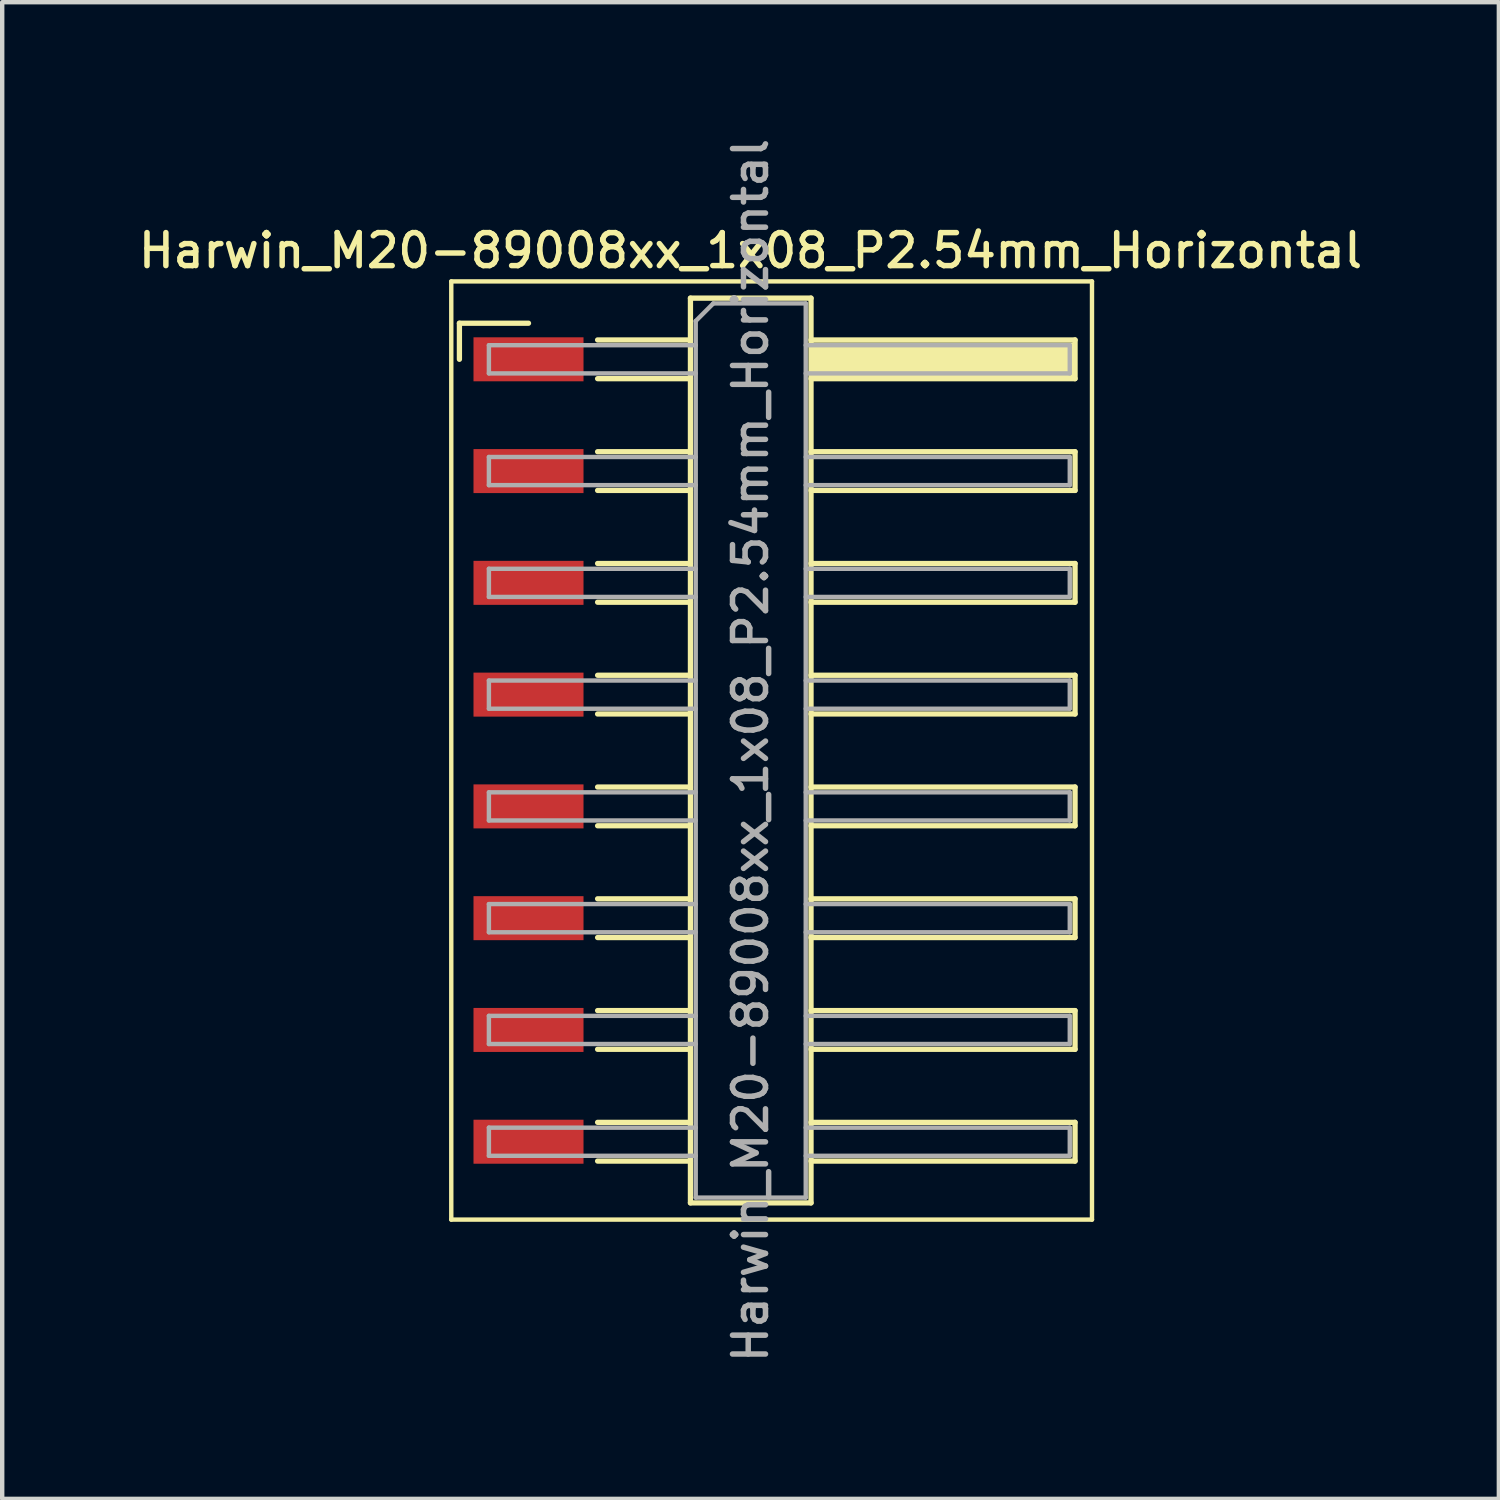
<source format=kicad_pcb>
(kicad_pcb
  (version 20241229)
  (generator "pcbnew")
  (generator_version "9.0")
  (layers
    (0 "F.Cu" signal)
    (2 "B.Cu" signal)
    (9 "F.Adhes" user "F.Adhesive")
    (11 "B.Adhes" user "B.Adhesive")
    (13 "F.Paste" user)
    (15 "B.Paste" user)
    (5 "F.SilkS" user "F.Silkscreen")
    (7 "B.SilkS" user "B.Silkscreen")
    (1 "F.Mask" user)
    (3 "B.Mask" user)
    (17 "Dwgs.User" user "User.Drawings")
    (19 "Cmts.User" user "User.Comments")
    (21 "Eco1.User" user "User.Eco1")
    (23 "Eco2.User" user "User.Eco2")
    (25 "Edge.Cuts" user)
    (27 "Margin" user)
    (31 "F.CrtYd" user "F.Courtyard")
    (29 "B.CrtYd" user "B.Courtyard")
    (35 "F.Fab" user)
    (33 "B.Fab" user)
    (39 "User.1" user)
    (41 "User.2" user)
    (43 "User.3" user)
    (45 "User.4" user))
  (footprint "Harwin_M20-89008xx_1x08_P2.54mm_Horizontal"
    (layer "F.Cu")
    (at 14.485 14.005)
    (property "Reference" "Harwin_M20-89008xx_1x08_P2.54mm_Horizontal" (at -0.48 -11.36 0) (layer "F.SilkS") (effects (font (size 0.75 0.75) (thickness 0.125))))
    (attr smd)
    (fp_line (start -7.28 -10.66) (end 7.28 -10.66) (stroke (width 0.1) (type solid)) (layer "F.SilkS"))
    (fp_line (start -7.28 10.66) (end -7.28 -10.66) (stroke (width 0.1) (type solid)) (layer "F.SilkS"))
    (fp_line (start -7.095 -9.71) (end -5.525 -9.71) (stroke (width 0.12) (type solid)) (layer "F.SilkS"))
    (fp_line (start -7.095 -8.89) (end -7.095 -9.71) (stroke (width 0.12) (type solid)) (layer "F.SilkS"))
    (fp_line (start -3.955 -9.33) (end -1.845 -9.33) (stroke (width 0.12) (type solid)) (layer "F.SilkS"))
    (fp_line (start -3.955 -8.45) (end -1.845 -8.45) (stroke (width 0.12) (type solid)) (layer "F.SilkS"))
    (fp_line (start -3.955 -6.79) (end -1.845 -6.79) (stroke (width 0.12) (type solid)) (layer "F.SilkS"))
    (fp_line (start -3.955 -5.91) (end -1.845 -5.91) (stroke (width 0.12) (type solid)) (layer "F.SilkS"))
    (fp_line (start -3.955 -4.25) (end -1.845 -4.25) (stroke (width 0.12) (type solid)) (layer "F.SilkS"))
    (fp_line (start -3.955 -3.37) (end -1.845 -3.37) (stroke (width 0.12) (type solid)) (layer "F.SilkS"))
    (fp_line (start -3.955 -1.71) (end -1.845 -1.71) (stroke (width 0.12) (type solid)) (layer "F.SilkS"))
    (fp_line (start -3.955 -0.83) (end -1.845 -0.83) (stroke (width 0.12) (type solid)) (layer "F.SilkS"))
    (fp_line (start -3.955 0.83) (end -1.845 0.83) (stroke (width 0.12) (type solid)) (layer "F.SilkS"))
    (fp_line (start -3.955 1.71) (end -1.845 1.71) (stroke (width 0.12) (type solid)) (layer "F.SilkS"))
    (fp_line (start -3.955 3.37) (end -1.845 3.37) (stroke (width 0.12) (type solid)) (layer "F.SilkS"))
    (fp_line (start -3.955 4.25) (end -1.845 4.25) (stroke (width 0.12) (type solid)) (layer "F.SilkS"))
    (fp_line (start -3.955 5.91) (end -1.845 5.91) (stroke (width 0.12) (type solid)) (layer "F.SilkS"))
    (fp_line (start -3.955 6.79) (end -1.845 6.79) (stroke (width 0.12) (type solid)) (layer "F.SilkS"))
    (fp_line (start -3.955 8.45) (end -1.845 8.45) (stroke (width 0.12) (type solid)) (layer "F.SilkS"))
    (fp_line (start -3.955 9.33) (end -1.845 9.33) (stroke (width 0.12) (type solid)) (layer "F.SilkS"))
    (fp_line (start -1.845 -10.28) (end 0.895 -10.28) (stroke (width 0.12) (type solid)) (layer "F.SilkS"))
    (fp_line (start -1.845 10.28) (end -1.845 -10.28) (stroke (width 0.12) (type solid)) (layer "F.SilkS"))
    (fp_line (start 0.895 -10.28) (end 0.895 10.28) (stroke (width 0.12) (type solid)) (layer "F.SilkS"))
    (fp_line (start 0.895 -9.33) (end 6.895 -9.33) (stroke (width 0.12) (type solid)) (layer "F.SilkS"))
    (fp_line (start 0.895 -6.79) (end 6.895 -6.79) (stroke (width 0.12) (type solid)) (layer "F.SilkS"))
    (fp_line (start 0.895 -4.25) (end 6.895 -4.25) (stroke (width 0.12) (type solid)) (layer "F.SilkS"))
    (fp_line (start 0.895 -1.71) (end 6.895 -1.71) (stroke (width 0.12) (type solid)) (layer "F.SilkS"))
    (fp_line (start 0.895 0.83) (end 6.895 0.83) (stroke (width 0.12) (type solid)) (layer "F.SilkS"))
    (fp_line (start 0.895 3.37) (end 6.895 3.37) (stroke (width 0.12) (type solid)) (layer "F.SilkS"))
    (fp_line (start 0.895 5.91) (end 6.895 5.91) (stroke (width 0.12) (type solid)) (layer "F.SilkS"))
    (fp_line (start 0.895 8.45) (end 6.895 8.45) (stroke (width 0.12) (type solid)) (layer "F.SilkS"))
    (fp_line (start 0.895 10.28) (end -1.845 10.28) (stroke (width 0.12) (type solid)) (layer "F.SilkS"))
    (fp_line (start 6.895 -9.33) (end 6.895 -8.45) (stroke (width 0.12) (type solid)) (layer "F.SilkS"))
    (fp_line (start 6.895 -8.45) (end 0.895 -8.45) (stroke (width 0.12) (type solid)) (layer "F.SilkS"))
    (fp_line (start 6.895 -6.79) (end 6.895 -5.91) (stroke (width 0.12) (type solid)) (layer "F.SilkS"))
    (fp_line (start 6.895 -5.91) (end 0.895 -5.91) (stroke (width 0.12) (type solid)) (layer "F.SilkS"))
    (fp_line (start 6.895 -4.25) (end 6.895 -3.37) (stroke (width 0.12) (type solid)) (layer "F.SilkS"))
    (fp_line (start 6.895 -3.37) (end 0.895 -3.37) (stroke (width 0.12) (type solid)) (layer "F.SilkS"))
    (fp_line (start 6.895 -1.71) (end 6.895 -0.83) (stroke (width 0.12) (type solid)) (layer "F.SilkS"))
    (fp_line (start 6.895 -0.83) (end 0.895 -0.83) (stroke (width 0.12) (type solid)) (layer "F.SilkS"))
    (fp_line (start 6.895 0.83) (end 6.895 1.71) (stroke (width 0.12) (type solid)) (layer "F.SilkS"))
    (fp_line (start 6.895 1.71) (end 0.895 1.71) (stroke (width 0.12) (type solid)) (layer "F.SilkS"))
    (fp_line (start 6.895 3.37) (end 6.895 4.25) (stroke (width 0.12) (type solid)) (layer "F.SilkS"))
    (fp_line (start 6.895 4.25) (end 0.895 4.25) (stroke (width 0.12) (type solid)) (layer "F.SilkS"))
    (fp_line (start 6.895 5.91) (end 6.895 6.79) (stroke (width 0.12) (type solid)) (layer "F.SilkS"))
    (fp_line (start 6.895 6.79) (end 0.895 6.79) (stroke (width 0.12) (type solid)) (layer "F.SilkS"))
    (fp_line (start 6.895 8.45) (end 6.895 9.33) (stroke (width 0.12) (type solid)) (layer "F.SilkS"))
    (fp_line (start 6.895 9.33) (end 0.895 9.33) (stroke (width 0.12) (type solid)) (layer "F.SilkS"))
    (fp_line (start 7.28 -10.66) (end 7.28 10.66) (stroke (width 0.1) (type solid)) (layer "F.SilkS"))
    (fp_line (start 7.28 10.66) (end -7.28 10.66) (stroke (width 0.1) (type solid)) (layer "F.SilkS"))
    (fp_line (start -6.425 -9.21) (end -6.425 -8.57) (stroke (width 0.1) (type solid)) (layer "F.Fab"))
    (fp_line (start -6.425 -8.57) (end -1.725 -8.57) (stroke (width 0.1) (type solid)) (layer "F.Fab"))
    (fp_line (start -6.425 -6.67) (end -6.425 -6.03) (stroke (width 0.1) (type solid)) (layer "F.Fab"))
    (fp_line (start -6.425 -6.03) (end -1.725 -6.03) (stroke (width 0.1) (type solid)) (layer "F.Fab"))
    (fp_line (start -6.425 -4.13) (end -6.425 -3.49) (stroke (width 0.1) (type solid)) (layer "F.Fab"))
    (fp_line (start -6.425 -3.49) (end -1.725 -3.49) (stroke (width 0.1) (type solid)) (layer "F.Fab"))
    (fp_line (start -6.425 -1.59) (end -6.425 -0.95) (stroke (width 0.1) (type solid)) (layer "F.Fab"))
    (fp_line (start -6.425 -0.95) (end -1.725 -0.95) (stroke (width 0.1) (type solid)) (layer "F.Fab"))
    (fp_line (start -6.425 0.95) (end -6.425 1.59) (stroke (width 0.1) (type solid)) (layer "F.Fab"))
    (fp_line (start -6.425 1.59) (end -1.725 1.59) (stroke (width 0.1) (type solid)) (layer "F.Fab"))
    (fp_line (start -6.425 3.49) (end -6.425 4.13) (stroke (width 0.1) (type solid)) (layer "F.Fab"))
    (fp_line (start -6.425 4.13) (end -1.725 4.13) (stroke (width 0.1) (type solid)) (layer "F.Fab"))
    (fp_line (start -6.425 6.03) (end -6.425 6.67) (stroke (width 0.1) (type solid)) (layer "F.Fab"))
    (fp_line (start -6.425 6.67) (end -1.725 6.67) (stroke (width 0.1) (type solid)) (layer "F.Fab"))
    (fp_line (start -6.425 8.57) (end -6.425 9.21) (stroke (width 0.1) (type solid)) (layer "F.Fab"))
    (fp_line (start -6.425 9.21) (end -1.725 9.21) (stroke (width 0.1) (type solid)) (layer "F.Fab"))
    (fp_line (start -1.725 -9.76) (end -1.325 -10.16) (stroke (width 0.1) (type solid)) (layer "F.Fab"))
    (fp_line (start -1.725 -9.21) (end -6.425 -9.21) (stroke (width 0.1) (type solid)) (layer "F.Fab"))
    (fp_line (start -1.725 -6.67) (end -6.425 -6.67) (stroke (width 0.1) (type solid)) (layer "F.Fab"))
    (fp_line (start -1.725 -4.13) (end -6.425 -4.13) (stroke (width 0.1) (type solid)) (layer "F.Fab"))
    (fp_line (start -1.725 -1.59) (end -6.425 -1.59) (stroke (width 0.1) (type solid)) (layer "F.Fab"))
    (fp_line (start -1.725 0.95) (end -6.425 0.95) (stroke (width 0.1) (type solid)) (layer "F.Fab"))
    (fp_line (start -1.725 3.49) (end -6.425 3.49) (stroke (width 0.1) (type solid)) (layer "F.Fab"))
    (fp_line (start -1.725 6.03) (end -6.425 6.03) (stroke (width 0.1) (type solid)) (layer "F.Fab"))
    (fp_line (start -1.725 8.57) (end -6.425 8.57) (stroke (width 0.1) (type solid)) (layer "F.Fab"))
    (fp_line (start -1.725 10.16) (end -1.725 -9.76) (stroke (width 0.1) (type solid)) (layer "F.Fab"))
    (fp_line (start -1.325 -10.16) (end 0.775 -10.16) (stroke (width 0.1) (type solid)) (layer "F.Fab"))
    (fp_line (start 0.775 -10.16) (end 0.775 10.16) (stroke (width 0.1) (type solid)) (layer "F.Fab"))
    (fp_line (start 0.775 -9.21) (end 6.775 -9.21) (stroke (width 0.1) (type solid)) (layer "F.Fab"))
    (fp_line (start 0.775 -6.67) (end 6.775 -6.67) (stroke (width 0.1) (type solid)) (layer "F.Fab"))
    (fp_line (start 0.775 -4.13) (end 6.775 -4.13) (stroke (width 0.1) (type solid)) (layer "F.Fab"))
    (fp_line (start 0.775 -1.59) (end 6.775 -1.59) (stroke (width 0.1) (type solid)) (layer "F.Fab"))
    (fp_line (start 0.775 0.95) (end 6.775 0.95) (stroke (width 0.1) (type solid)) (layer "F.Fab"))
    (fp_line (start 0.775 3.49) (end 6.775 3.49) (stroke (width 0.1) (type solid)) (layer "F.Fab"))
    (fp_line (start 0.775 6.03) (end 6.775 6.03) (stroke (width 0.1) (type solid)) (layer "F.Fab"))
    (fp_line (start 0.775 8.57) (end 6.775 8.57) (stroke (width 0.1) (type solid)) (layer "F.Fab"))
    (fp_line (start 0.775 10.16) (end -1.725 10.16) (stroke (width 0.1) (type solid)) (layer "F.Fab"))
    (fp_line (start 6.775 -9.21) (end 6.775 -8.57) (stroke (width 0.1) (type solid)) (layer "F.Fab"))
    (fp_line (start 6.775 -8.57) (end 0.775 -8.57) (stroke (width 0.1) (type solid)) (layer "F.Fab"))
    (fp_line (start 6.775 -6.67) (end 6.775 -6.03) (stroke (width 0.1) (type solid)) (layer "F.Fab"))
    (fp_line (start 6.775 -6.03) (end 0.775 -6.03) (stroke (width 0.1) (type solid)) (layer "F.Fab"))
    (fp_line (start 6.775 -4.13) (end 6.775 -3.49) (stroke (width 0.1) (type solid)) (layer "F.Fab"))
    (fp_line (start 6.775 -3.49) (end 0.775 -3.49) (stroke (width 0.1) (type solid)) (layer "F.Fab"))
    (fp_line (start 6.775 -1.59) (end 6.775 -0.95) (stroke (width 0.1) (type solid)) (layer "F.Fab"))
    (fp_line (start 6.775 -0.95) (end 0.775 -0.95) (stroke (width 0.1) (type solid)) (layer "F.Fab"))
    (fp_line (start 6.775 0.95) (end 6.775 1.59) (stroke (width 0.1) (type solid)) (layer "F.Fab"))
    (fp_line (start 6.775 1.59) (end 0.775 1.59) (stroke (width 0.1) (type solid)) (layer "F.Fab"))
    (fp_line (start 6.775 3.49) (end 6.775 4.13) (stroke (width 0.1) (type solid)) (layer "F.Fab"))
    (fp_line (start 6.775 4.13) (end 0.775 4.13) (stroke (width 0.1) (type solid)) (layer "F.Fab"))
    (fp_line (start 6.775 6.03) (end 6.775 6.67) (stroke (width 0.1) (type solid)) (layer "F.Fab"))
    (fp_line (start 6.775 6.67) (end 0.775 6.67) (stroke (width 0.1) (type solid)) (layer "F.Fab"))
    (fp_line (start 6.775 8.57) (end 6.775 9.21) (stroke (width 0.1) (type solid)) (layer "F.Fab"))
    (fp_line (start 6.775 9.21) (end 0.775 9.21) (stroke (width 0.1) (type solid)) (layer "F.Fab"))
    (fp_text user "${REFERENCE}" (at -0.48 0 90) (layer "F.Fab") (effects (font (size 0.75 0.75) (thickness 0.125))))
    (pad "" smd rect (at 3.895 -8.89) (size 6 0.76) (layers "F.SilkS"))
    (pad "1" smd rect (at -5.525 -8.89) (size 2.5 1) (layers "F.Cu" "F.Mask" "F.Paste"))
    (pad "2" smd rect (at -5.525 -6.35) (size 2.5 1) (layers "F.Cu" "F.Mask" "F.Paste"))
    (pad "3" smd rect (at -5.525 -3.81) (size 2.5 1) (layers "F.Cu" "F.Mask" "F.Paste"))
    (pad "4" smd rect (at -5.525 -1.27) (size 2.5 1) (layers "F.Cu" "F.Mask" "F.Paste"))
    (pad "5" smd rect (at -5.525 1.27) (size 2.5 1) (layers "F.Cu" "F.Mask" "F.Paste"))
    (pad "6" smd rect (at -5.525 3.81) (size 2.5 1) (layers "F.Cu" "F.Mask" "F.Paste"))
    (pad "7" smd rect (at -5.525 6.35) (size 2.5 1) (layers "F.Cu" "F.Mask" "F.Paste"))
    (pad "8" smd rect (at -5.525 8.89) (size 2.5 1) (layers "F.Cu" "F.Mask" "F.Paste")))
  (gr_rect
    (start -3 -3)
    (end 31.011 31.011)
    (stroke (width 0.1) (type default))
    (fill no)
    (layer "Edge.Cuts")))
</source>
